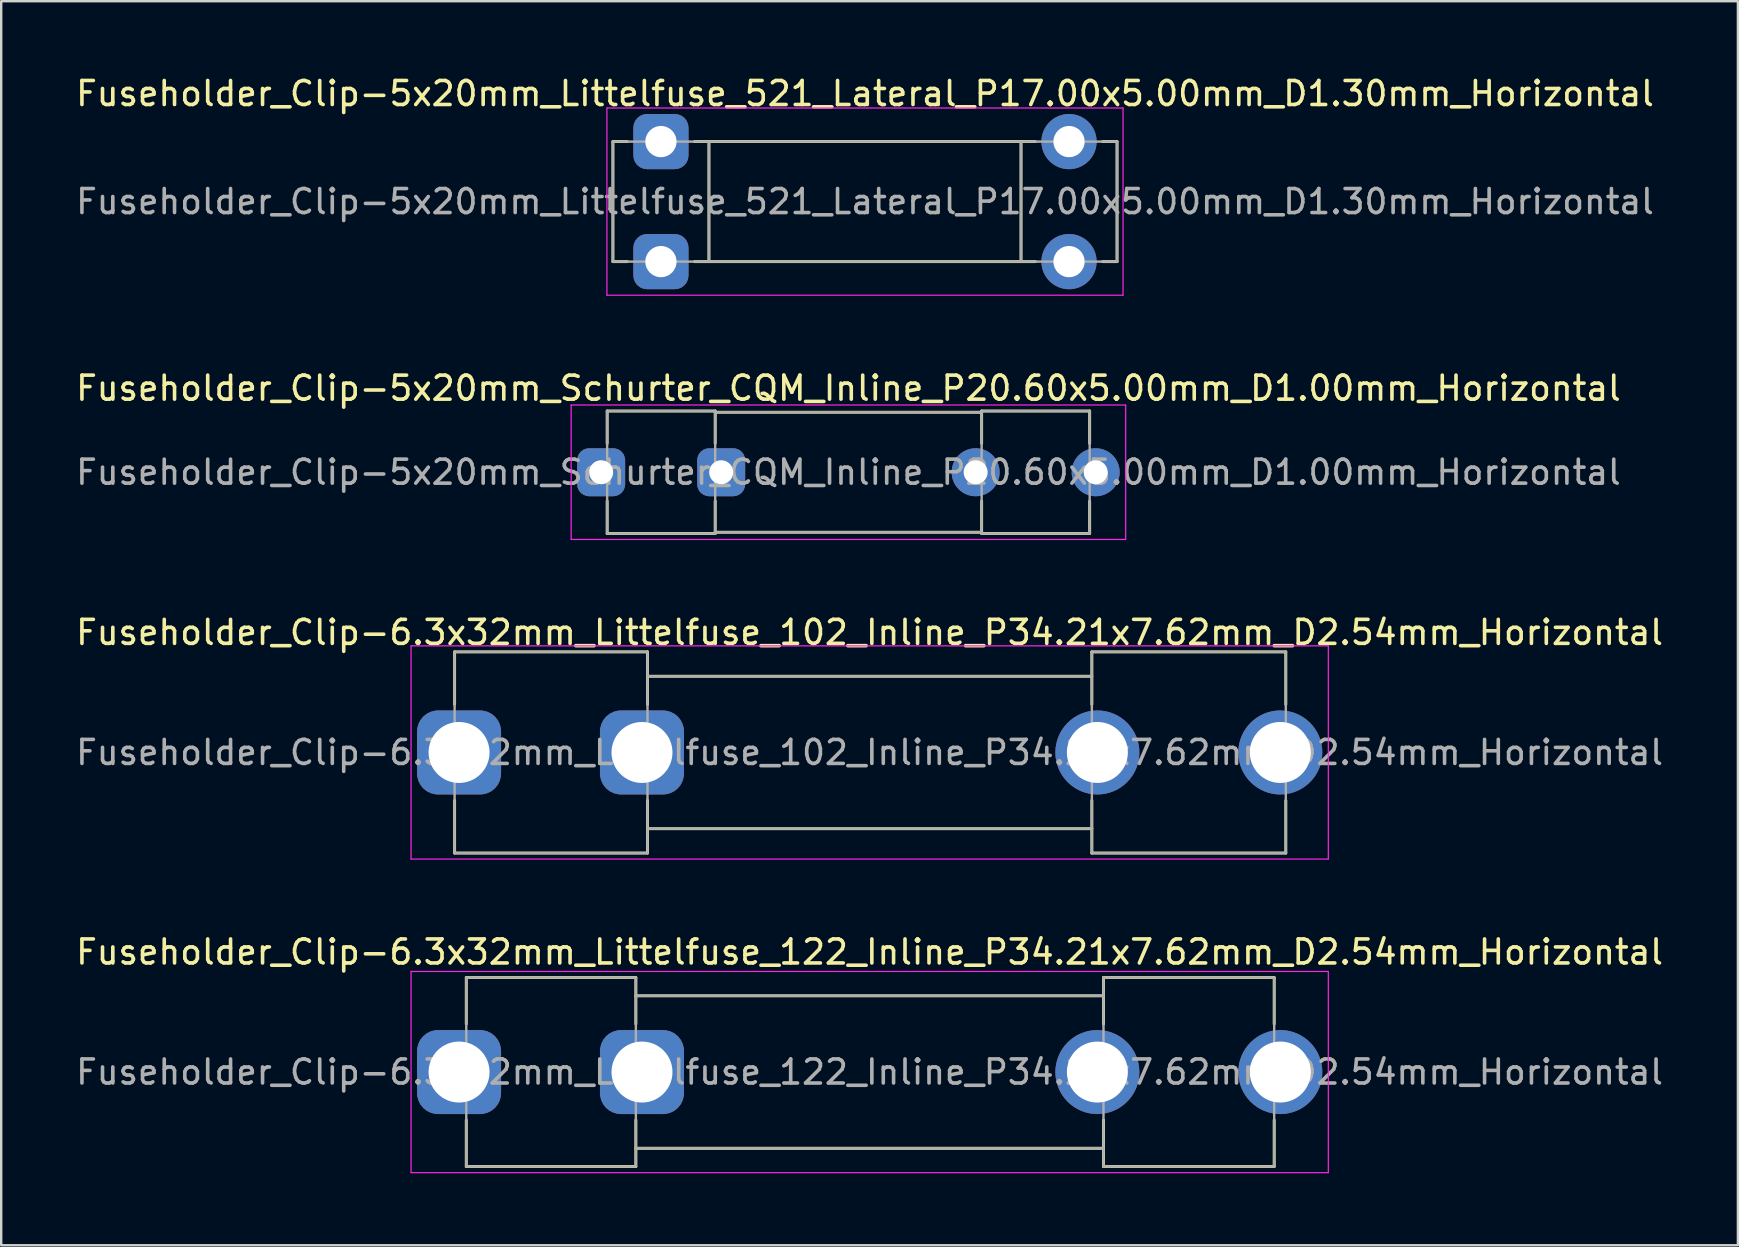
<source format=kicad_pcb>
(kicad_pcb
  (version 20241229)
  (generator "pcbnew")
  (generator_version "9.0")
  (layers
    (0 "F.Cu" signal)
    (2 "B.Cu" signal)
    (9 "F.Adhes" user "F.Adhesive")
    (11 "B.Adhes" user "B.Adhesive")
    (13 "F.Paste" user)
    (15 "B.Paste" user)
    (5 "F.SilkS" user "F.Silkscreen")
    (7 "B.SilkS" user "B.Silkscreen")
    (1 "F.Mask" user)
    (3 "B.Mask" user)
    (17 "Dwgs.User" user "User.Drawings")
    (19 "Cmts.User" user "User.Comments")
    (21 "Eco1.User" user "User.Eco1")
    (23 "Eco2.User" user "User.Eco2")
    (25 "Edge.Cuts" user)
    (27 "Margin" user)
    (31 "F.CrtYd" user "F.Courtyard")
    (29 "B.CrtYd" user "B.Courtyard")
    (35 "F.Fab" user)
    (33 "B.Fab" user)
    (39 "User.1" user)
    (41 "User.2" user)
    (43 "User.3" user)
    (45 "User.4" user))
  (footprint "Fuseholder_Clip-5x20mm_Schurter_CQM_Inline_P20.60x5.00mm_D1.00mm_Horizontal"
    (layer "F.Cu")
    (at 21.992 16.622)
    (property "Reference" "Fuseholder_Clip-5x20mm_Schurter_CQM_Inline_P20.60x5.00mm_D1.00mm_Horizontal" (at 10.3 -3.5 0) (layer "F.SilkS") (effects (font (size 1 1) (thickness 0.15))))
    (attr through_hole)
    (fp_line (start 0.25 -2.55) (end 0.25 -1.2) (stroke (width 0.12) (type solid)) (layer "F.SilkS"))
    (fp_line (start 0.25 2.55) (end 0.25 1.2) (stroke (width 0.12) (type solid)) (layer "F.SilkS"))
    (fp_line (start 4.75 -2.55) (end 0.25 -2.55) (stroke (width 0.12) (type solid)) (layer "F.SilkS"))
    (fp_line (start 4.75 -2.55) (end 4.75 -1.2) (stroke (width 0.12) (type solid)) (layer "F.SilkS"))
    (fp_line (start 4.75 2.55) (end 0.25 2.55) (stroke (width 0.12) (type solid)) (layer "F.SilkS"))
    (fp_line (start 4.75 2.55) (end 4.75 1.2) (stroke (width 0.12) (type solid)) (layer "F.SilkS"))
    (fp_line (start 15.85 -2.55) (end 15.85 -1.2) (stroke (width 0.12) (type solid)) (layer "F.SilkS"))
    (fp_line (start 15.85 -2.5) (end 4.75 -2.5) (stroke (width 0.12) (type solid)) (layer "F.SilkS"))
    (fp_line (start 15.85 2.5) (end 4.75 2.5) (stroke (width 0.12) (type solid)) (layer "F.SilkS"))
    (fp_line (start 15.85 2.55) (end 15.85 1.2) (stroke (width 0.12) (type solid)) (layer "F.SilkS"))
    (fp_line (start 15.85 2.55) (end 20.35 2.55) (stroke (width 0.12) (type solid)) (layer "F.SilkS"))
    (fp_line (start 20.35 -2.55) (end 15.85 -2.55) (stroke (width 0.12) (type solid)) (layer "F.SilkS"))
    (fp_line (start 20.35 -1.2) (end 20.35 -2.55) (stroke (width 0.12) (type solid)) (layer "F.SilkS"))
    (fp_line (start 20.35 1.2) (end 20.35 2.55) (stroke (width 0.12) (type solid)) (layer "F.SilkS"))
    (fp_line (start -1.25 -2.8) (end -1.25 2.8) (stroke (width 0.05) (type solid)) (layer "F.CrtYd"))
    (fp_line (start -1.25 -2.8) (end 21.85 -2.8) (stroke (width 0.05) (type solid)) (layer "F.CrtYd"))
    (fp_line (start 21.85 2.8) (end -1.25 2.8) (stroke (width 0.05) (type solid)) (layer "F.CrtYd"))
    (fp_line (start 21.85 2.8) (end 21.85 -2.8) (stroke (width 0.05) (type solid)) (layer "F.CrtYd"))
    (fp_line (start 0.25 -2.55) (end 4.75 -2.55) (stroke (width 0.1) (type solid)) (layer "F.Fab"))
    (fp_line (start 0.25 2.55) (end 0.25 -2.55) (stroke (width 0.1) (type solid)) (layer "F.Fab"))
    (fp_line (start 4.75 -2.55) (end 4.75 2.55) (stroke (width 0.1) (type solid)) (layer "F.Fab"))
    (fp_line (start 4.75 -2.5) (end 15.85 -2.5) (stroke (width 0.1) (type solid)) (layer "F.Fab"))
    (fp_line (start 4.75 2.55) (end 0.25 2.55) (stroke (width 0.1) (type solid)) (layer "F.Fab"))
    (fp_line (start 15.85 -2.55) (end 15.85 2.55) (stroke (width 0.1) (type solid)) (layer "F.Fab"))
    (fp_line (start 15.85 2.5) (end 4.75 2.5) (stroke (width 0.1) (type solid)) (layer "F.Fab"))
    (fp_line (start 15.85 2.55) (end 20.35 2.55) (stroke (width 0.1) (type solid)) (layer "F.Fab"))
    (fp_line (start 20.35 -2.55) (end 15.85 -2.55) (stroke (width 0.1) (type solid)) (layer "F.Fab"))
    (fp_line (start 20.35 2.55) (end 20.35 -2.55) (stroke (width 0.1) (type solid)) (layer "F.Fab"))
    (fp_text user "${REFERENCE}" (at 10.3 0 0) (layer "F.Fab") (effects (font (size 1 1) (thickness 0.15))))
    (pad "1" thru_hole roundrect (at 0 0) (size 2 2) (drill 1) (layers "*.Cu" "*.Mask") (roundrect_rratio 0.25))
    (pad "1" thru_hole roundrect (at 5 0) (size 2 2) (drill 1) (layers "*.Cu" "*.Mask") (roundrect_rratio 0.25))
    (pad "2" thru_hole circle (at 15.6 0) (size 2 2) (drill 1) (layers "*.Cu" "*.Mask"))
    (pad "2" thru_hole circle (at 20.6 0) (size 2 2) (drill 1) (layers "*.Cu" "*.Mask")))
  (footprint "Fuseholder_Clip-6.3x32mm_Littelfuse_102_Inline_P34.21x7.62mm_D2.54mm_Horizontal"
    (layer "F.Cu")
    (at 16.073 28.295)
    (property "Reference" "Fuseholder_Clip-6.3x32mm_Littelfuse_102_Inline_P34.21x7.62mm_D2.54mm_Horizontal" (at 17.1 -5 0) (layer "F.SilkS") (effects (font (size 1 1) (thickness 0.15))))
    (attr through_hole)
    (fp_line (start -0.185 -4.19) (end -0.185 -2) (stroke (width 0.12) (type solid)) (layer "F.SilkS"))
    (fp_line (start -0.185 4.19) (end -0.185 2) (stroke (width 0.12) (type solid)) (layer "F.SilkS"))
    (fp_line (start 7.85 -4.19) (end -0.185 -4.19) (stroke (width 0.12) (type solid)) (layer "F.SilkS"))
    (fp_line (start 7.85 -4.19) (end 7.85 -2) (stroke (width 0.12) (type solid)) (layer "F.SilkS"))
    (fp_line (start 7.85 4.19) (end -0.185 4.19) (stroke (width 0.12) (type solid)) (layer "F.SilkS"))
    (fp_line (start 7.85 4.19) (end 7.85 2) (stroke (width 0.12) (type solid)) (layer "F.SilkS"))
    (fp_line (start 26.36 -4.19) (end 26.36 -2) (stroke (width 0.12) (type solid)) (layer "F.SilkS"))
    (fp_line (start 26.36 -3.175) (end 7.85 -3.175) (stroke (width 0.12) (type solid)) (layer "F.SilkS"))
    (fp_line (start 26.36 3.175) (end 7.85 3.175) (stroke (width 0.12) (type solid)) (layer "F.SilkS"))
    (fp_line (start 26.36 4.19) (end 26.36 2) (stroke (width 0.12) (type solid)) (layer "F.SilkS"))
    (fp_line (start 26.36 4.19) (end 34.44 4.19) (stroke (width 0.12) (type solid)) (layer "F.SilkS"))
    (fp_line (start 34.44 -4.19) (end 26.36 -4.19) (stroke (width 0.12) (type solid)) (layer "F.SilkS"))
    (fp_line (start 34.44 -2) (end 34.44 -4.19) (stroke (width 0.12) (type solid)) (layer "F.SilkS"))
    (fp_line (start 34.44 2) (end 34.44 4.19) (stroke (width 0.12) (type solid)) (layer "F.SilkS"))
    (fp_line (start -2 -4.44) (end -2 4.44) (stroke (width 0.05) (type solid)) (layer "F.CrtYd"))
    (fp_line (start -2 -4.44) (end 36.21 -4.44) (stroke (width 0.05) (type solid)) (layer "F.CrtYd"))
    (fp_line (start 36.21 4.44) (end -2 4.44) (stroke (width 0.05) (type solid)) (layer "F.CrtYd"))
    (fp_line (start 36.21 4.44) (end 36.21 -4.44) (stroke (width 0.05) (type solid)) (layer "F.CrtYd"))
    (fp_line (start -0.185 -4.19) (end 7.85 -4.19) (stroke (width 0.1) (type solid)) (layer "F.Fab"))
    (fp_line (start -0.185 4.19) (end -0.185 -4.19) (stroke (width 0.1) (type solid)) (layer "F.Fab"))
    (fp_line (start 7.85 -4.19) (end 7.85 4.19) (stroke (width 0.1) (type solid)) (layer "F.Fab"))
    (fp_line (start 7.85 -3.175) (end 26.36 -3.175) (stroke (width 0.1) (type solid)) (layer "F.Fab"))
    (fp_line (start 7.85 4.19) (end -0.185 4.19) (stroke (width 0.1) (type solid)) (layer "F.Fab"))
    (fp_line (start 26.36 -4.19) (end 26.36 4.19) (stroke (width 0.1) (type solid)) (layer "F.Fab"))
    (fp_line (start 26.36 3.175) (end 7.85 3.175) (stroke (width 0.1) (type solid)) (layer "F.Fab"))
    (fp_line (start 26.36 4.19) (end 34.44 4.19) (stroke (width 0.1) (type solid)) (layer "F.Fab"))
    (fp_line (start 34.44 -4.19) (end 26.36 -4.19) (stroke (width 0.1) (type solid)) (layer "F.Fab"))
    (fp_line (start 34.44 4.19) (end 34.44 -4.19) (stroke (width 0.1) (type solid)) (layer "F.Fab"))
    (fp_text user "${REFERENCE}" (at 17.1 0 0) (layer "F.Fab") (effects (font (size 1 1) (thickness 0.15))))
    (pad "1" thru_hole roundrect (at 0 0) (size 3.5 3.5) (drill 2.54) (layers "*.Cu" "*.Mask") (roundrect_rratio 0.25))
    (pad "1" thru_hole roundrect (at 7.62 0) (size 3.5 3.5) (drill 2.54) (layers "*.Cu" "*.Mask") (roundrect_rratio 0.25))
    (pad "2" thru_hole circle (at 26.59 0) (size 3.5 3.5) (drill 2.54) (layers "*.Cu" "*.Mask"))
    (pad "2" thru_hole circle (at 34.21 0) (size 3.5 3.5) (drill 2.54) (layers "*.Cu" "*.Mask")))
  (footprint "Fuseholder_Clip-5x20mm_Littelfuse_521_Lateral_P17.00x5.00mm_D1.30mm_Horizontal"
    (layer "F.Cu")
    (at 24.482 2.848)
    (property "Reference" "Fuseholder_Clip-5x20mm_Littelfuse_521_Lateral_P17.00x5.00mm_D1.30mm_Horizontal" (at 8.5 -2 0) (layer "F.SilkS") (effects (font (size 1 1) (thickness 0.15))))
    (attr through_hole)
    (fp_line (start -2 5) (end -2 0) (stroke (width 0.12) (type solid)) (layer "F.SilkS"))
    (fp_line (start -1.4 0) (end -2 0) (stroke (width 0.12) (type solid)) (layer "F.SilkS"))
    (fp_line (start -1.4 5) (end -2 5) (stroke (width 0.12) (type solid)) (layer "F.SilkS"))
    (fp_line (start 2 0) (end 2 5) (stroke (width 0.12) (type solid)) (layer "F.SilkS"))
    (fp_line (start 15 0) (end 15 5) (stroke (width 0.12) (type solid)) (layer "F.SilkS"))
    (fp_line (start 15.6 0) (end 1.4 0) (stroke (width 0.12) (type solid)) (layer "F.SilkS"))
    (fp_line (start 15.6 5) (end 1.4 5) (stroke (width 0.12) (type solid)) (layer "F.SilkS"))
    (fp_line (start 18.4 0) (end 19 0) (stroke (width 0.12) (type solid)) (layer "F.SilkS"))
    (fp_line (start 18.4 5) (end 19 5) (stroke (width 0.12) (type solid)) (layer "F.SilkS"))
    (fp_line (start 19 0) (end 19 5) (stroke (width 0.12) (type solid)) (layer "F.SilkS"))
    (fp_line (start -2.25 -1.4) (end -2.25 6.4) (stroke (width 0.05) (type solid)) (layer "F.CrtYd"))
    (fp_line (start -2.25 -1.4) (end 19.25 -1.4) (stroke (width 0.05) (type solid)) (layer "F.CrtYd"))
    (fp_line (start 19.25 6.4) (end -2.25 6.4) (stroke (width 0.05) (type solid)) (layer "F.CrtYd"))
    (fp_line (start 19.25 6.4) (end 19.25 -1.4) (stroke (width 0.05) (type solid)) (layer "F.CrtYd"))
    (fp_line (start -2 0) (end 19 0) (stroke (width 0.1) (type solid)) (layer "F.Fab"))
    (fp_line (start -2 5) (end -2 0) (stroke (width 0.1) (type solid)) (layer "F.Fab"))
    (fp_line (start 2 0) (end 2 5) (stroke (width 0.1) (type solid)) (layer "F.Fab"))
    (fp_line (start 15 0) (end 15 5) (stroke (width 0.1) (type solid)) (layer "F.Fab"))
    (fp_line (start 19 5) (end -2 5) (stroke (width 0.1) (type solid)) (layer "F.Fab"))
    (fp_line (start 19 5) (end 19 0) (stroke (width 0.1) (type solid)) (layer "F.Fab"))
    (fp_text user "${REFERENCE}" (at 8.5 2.5 0) (layer "F.Fab") (effects (font (size 1 1) (thickness 0.15))))
    (pad "1" thru_hole roundrect (at 0 0) (size 2.3 2.3) (drill 1.3) (layers "*.Cu" "*.Mask") (roundrect_rratio 0.25))
    (pad "1" thru_hole roundrect (at 0 5) (size 2.3 2.3) (drill 1.3) (layers "*.Cu" "*.Mask") (roundrect_rratio 0.25))
    (pad "2" thru_hole circle (at 17 0) (size 2.3 2.3) (drill 1.3) (layers "*.Cu" "*.Mask"))
    (pad "2" thru_hole circle (at 17 5) (size 2.3 2.3) (drill 1.3) (layers "*.Cu" "*.Mask")))
  (footprint "Fuseholder_Clip-6.3x32mm_Littelfuse_122_Inline_P34.21x7.62mm_D2.54mm_Horizontal"
    (layer "F.Cu")
    (at 16.073 41.608)
    (property "Reference" "Fuseholder_Clip-6.3x32mm_Littelfuse_122_Inline_P34.21x7.62mm_D2.54mm_Horizontal" (at 17.1 -5 0) (layer "F.SilkS") (effects (font (size 1 1) (thickness 0.15))))
    (attr through_hole)
    (fp_line (start 0.3 -3.935) (end 0.3 -2) (stroke (width 0.12) (type solid)) (layer "F.SilkS"))
    (fp_line (start 0.3 3.935) (end 0.3 2) (stroke (width 0.12) (type solid)) (layer "F.SilkS"))
    (fp_line (start 7.365 -3.935) (end 0.3 -3.935) (stroke (width 0.12) (type solid)) (layer "F.SilkS"))
    (fp_line (start 7.365 -3.935) (end 7.365 -2) (stroke (width 0.12) (type solid)) (layer "F.SilkS"))
    (fp_line (start 7.365 3.935) (end 0.3 3.935) (stroke (width 0.12) (type solid)) (layer "F.SilkS"))
    (fp_line (start 7.365 3.935) (end 7.365 2) (stroke (width 0.12) (type solid)) (layer "F.SilkS"))
    (fp_line (start 26.845 -3.935) (end 26.845 -2) (stroke (width 0.12) (type solid)) (layer "F.SilkS"))
    (fp_line (start 26.845 -3.175) (end 7.365 -3.175) (stroke (width 0.12) (type solid)) (layer "F.SilkS"))
    (fp_line (start 26.845 3.175) (end 7.365 3.175) (stroke (width 0.12) (type solid)) (layer "F.SilkS"))
    (fp_line (start 26.845 3.935) (end 26.845 2) (stroke (width 0.12) (type solid)) (layer "F.SilkS"))
    (fp_line (start 26.845 3.935) (end 33.955 3.935) (stroke (width 0.12) (type solid)) (layer "F.SilkS"))
    (fp_line (start 33.955 -3.935) (end 26.845 -3.935) (stroke (width 0.12) (type solid)) (layer "F.SilkS"))
    (fp_line (start 33.955 -2) (end 33.955 -3.935) (stroke (width 0.12) (type solid)) (layer "F.SilkS"))
    (fp_line (start 33.955 2) (end 33.955 3.935) (stroke (width 0.12) (type solid)) (layer "F.SilkS"))
    (fp_line (start -2 -4.19) (end -2 4.19) (stroke (width 0.05) (type solid)) (layer "F.CrtYd"))
    (fp_line (start -2 -4.19) (end 36.21 -4.19) (stroke (width 0.05) (type solid)) (layer "F.CrtYd"))
    (fp_line (start 36.21 4.19) (end -2 4.19) (stroke (width 0.05) (type solid)) (layer "F.CrtYd"))
    (fp_line (start 36.21 4.19) (end 36.21 -4.19) (stroke (width 0.05) (type solid)) (layer "F.CrtYd"))
    (fp_line (start 0.3 -3.935) (end 7.365 -3.935) (stroke (width 0.1) (type solid)) (layer "F.Fab"))
    (fp_line (start 0.3 3.935) (end 0.3 -3.935) (stroke (width 0.1) (type solid)) (layer "F.Fab"))
    (fp_line (start 7.365 -3.935) (end 7.365 3.935) (stroke (width 0.1) (type solid)) (layer "F.Fab"))
    (fp_line (start 7.365 -3.175) (end 26.845 -3.175) (stroke (width 0.1) (type solid)) (layer "F.Fab"))
    (fp_line (start 7.365 3.935) (end 0.3 3.935) (stroke (width 0.1) (type solid)) (layer "F.Fab"))
    (fp_line (start 26.845 -3.935) (end 26.845 3.935) (stroke (width 0.1) (type solid)) (layer "F.Fab"))
    (fp_line (start 26.845 3.175) (end 7.365 3.175) (stroke (width 0.1) (type solid)) (layer "F.Fab"))
    (fp_line (start 26.845 3.935) (end 33.955 3.935) (stroke (width 0.1) (type solid)) (layer "F.Fab"))
    (fp_line (start 33.955 -3.935) (end 26.845 -3.935) (stroke (width 0.1) (type solid)) (layer "F.Fab"))
    (fp_line (start 33.955 3.935) (end 33.955 -3.935) (stroke (width 0.1) (type solid)) (layer "F.Fab"))
    (fp_text user "${REFERENCE}" (at 17.1 0 0) (layer "F.Fab") (effects (font (size 1 1) (thickness 0.15))))
    (pad "1" thru_hole roundrect (at 0 0) (size 3.5 3.5) (drill 2.54) (layers "*.Cu" "*.Mask") (roundrect_rratio 0.25))
    (pad "1" thru_hole roundrect (at 7.62 0) (size 3.5 3.5) (drill 2.54) (layers "*.Cu" "*.Mask") (roundrect_rratio 0.25))
    (pad "2" thru_hole circle (at 26.59 0) (size 3.5 3.5) (drill 2.54) (layers "*.Cu" "*.Mask"))
    (pad "2" thru_hole circle (at 34.21 0) (size 3.5 3.5) (drill 2.54) (layers "*.Cu" "*.Mask")))
  (gr_rect
    (start -3 -3)
    (end 69.345 48.823)
    (stroke (width 0.1) (type default))
    (fill no)
    (layer "Edge.Cuts")))
</source>
